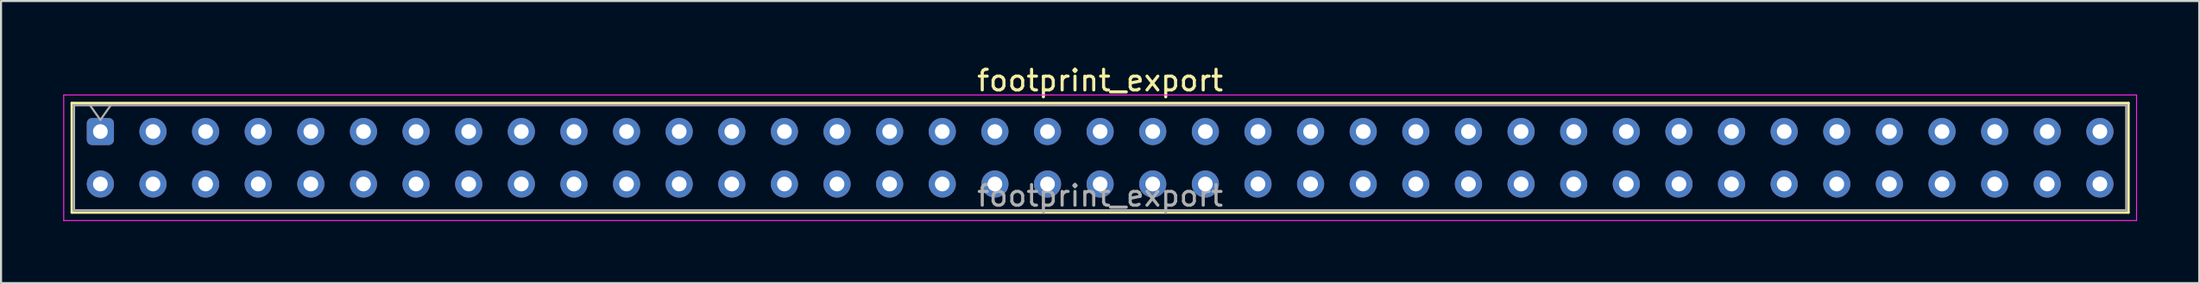
<source format=kicad_pcb>
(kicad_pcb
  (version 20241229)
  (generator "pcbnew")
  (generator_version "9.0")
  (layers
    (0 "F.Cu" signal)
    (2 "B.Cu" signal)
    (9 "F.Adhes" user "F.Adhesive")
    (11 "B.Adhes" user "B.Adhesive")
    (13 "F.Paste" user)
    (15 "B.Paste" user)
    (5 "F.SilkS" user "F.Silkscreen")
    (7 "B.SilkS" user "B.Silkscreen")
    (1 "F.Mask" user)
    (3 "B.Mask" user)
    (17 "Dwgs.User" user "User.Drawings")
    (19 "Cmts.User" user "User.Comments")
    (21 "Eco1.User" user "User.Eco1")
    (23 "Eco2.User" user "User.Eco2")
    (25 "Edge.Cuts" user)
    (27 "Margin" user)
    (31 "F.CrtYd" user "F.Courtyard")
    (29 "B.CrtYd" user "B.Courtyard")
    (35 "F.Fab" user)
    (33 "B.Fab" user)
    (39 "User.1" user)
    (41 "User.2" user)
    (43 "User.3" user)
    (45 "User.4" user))
  (footprint "footprint_export"
    (layer "F.Cu")
    (at 1.795 3.318)
    (property "Reference" "footprint_export" (at 48.26 -2.47 0) (layer "F.SilkS") (effects (font (size 1 1) (thickness 0.15))))
    (attr through_hole)
    (fp_line (start -1.38 -1.38) (end 97.9 -1.38) (stroke (width 0.12) (type solid)) (layer "F.SilkS"))
    (fp_line (start -1.38 3.92) (end -1.38 -1.38) (stroke (width 0.12) (type solid)) (layer "F.SilkS"))
    (fp_line (start 97.9 -1.38) (end 97.9 3.92) (stroke (width 0.12) (type solid)) (layer "F.SilkS"))
    (fp_line (start 97.9 3.92) (end -1.38 3.92) (stroke (width 0.12) (type solid)) (layer "F.SilkS"))
    (fp_line (start -1.77 -1.77) (end 98.29 -1.77) (stroke (width 0.05) (type solid)) (layer "F.CrtYd"))
    (fp_line (start -1.77 4.31) (end -1.77 -1.77) (stroke (width 0.05) (type solid)) (layer "F.CrtYd"))
    (fp_line (start 98.29 -1.77) (end 98.29 4.31) (stroke (width 0.05) (type solid)) (layer "F.CrtYd"))
    (fp_line (start 98.29 4.31) (end -1.77 4.31) (stroke (width 0.05) (type solid)) (layer "F.CrtYd"))
    (fp_line (start -1.27 -1.27) (end 97.79 -1.27) (stroke (width 0.1) (type solid)) (layer "F.Fab"))
    (fp_line (start -1.27 3.81) (end -1.27 -1.27) (stroke (width 0.1) (type solid)) (layer "F.Fab"))
    (fp_line (start -0.5 -1.27) (end 0 -0.563) (stroke (width 0.1) (type solid)) (layer "F.Fab"))
    (fp_line (start 0 -0.563) (end 0.5 -1.27) (stroke (width 0.1) (type solid)) (layer "F.Fab"))
    (fp_line (start 97.79 -1.27) (end 97.79 3.81) (stroke (width 0.1) (type solid)) (layer "F.Fab"))
    (fp_line (start 97.79 3.81) (end -1.27 3.81) (stroke (width 0.1) (type solid)) (layer "F.Fab"))
    (fp_text user "${REFERENCE}" (at 48.26 3.11 0) (layer "F.Fab") (effects (font (size 1 1) (thickness 0.15))))
    (pad "1" thru_hole roundrect (at 0 0) (size 1.31 1.31) (drill 0.71) (layers "*.Cu" "*.Mask") (roundrect_rratio 0.191))
    (pad "2" thru_hole circle (at 0 2.54) (size 1.31 1.31) (drill 0.71) (layers "*.Cu" "*.Mask"))
    (pad "3" thru_hole circle (at 2.54 0) (size 1.31 1.31) (drill 0.71) (layers "*.Cu" "*.Mask"))
    (pad "4" thru_hole circle (at 2.54 2.54) (size 1.31 1.31) (drill 0.71) (layers "*.Cu" "*.Mask"))
    (pad "5" thru_hole circle (at 5.08 0) (size 1.31 1.31) (drill 0.71) (layers "*.Cu" "*.Mask"))
    (pad "6" thru_hole circle (at 5.08 2.54) (size 1.31 1.31) (drill 0.71) (layers "*.Cu" "*.Mask"))
    (pad "7" thru_hole circle (at 7.62 0) (size 1.31 1.31) (drill 0.71) (layers "*.Cu" "*.Mask"))
    (pad "8" thru_hole circle (at 7.62 2.54) (size 1.31 1.31) (drill 0.71) (layers "*.Cu" "*.Mask"))
    (pad "9" thru_hole circle (at 10.16 0) (size 1.31 1.31) (drill 0.71) (layers "*.Cu" "*.Mask"))
    (pad "10" thru_hole circle (at 10.16 2.54) (size 1.31 1.31) (drill 0.71) (layers "*.Cu" "*.Mask"))
    (pad "11" thru_hole circle (at 12.7 0) (size 1.31 1.31) (drill 0.71) (layers "*.Cu" "*.Mask"))
    (pad "12" thru_hole circle (at 12.7 2.54) (size 1.31 1.31) (drill 0.71) (layers "*.Cu" "*.Mask"))
    (pad "13" thru_hole circle (at 15.24 0) (size 1.31 1.31) (drill 0.71) (layers "*.Cu" "*.Mask"))
    (pad "14" thru_hole circle (at 15.24 2.54) (size 1.31 1.31) (drill 0.71) (layers "*.Cu" "*.Mask"))
    (pad "15" thru_hole circle (at 17.78 0) (size 1.31 1.31) (drill 0.71) (layers "*.Cu" "*.Mask"))
    (pad "16" thru_hole circle (at 17.78 2.54) (size 1.31 1.31) (drill 0.71) (layers "*.Cu" "*.Mask"))
    (pad "17" thru_hole circle (at 20.32 0) (size 1.31 1.31) (drill 0.71) (layers "*.Cu" "*.Mask"))
    (pad "18" thru_hole circle (at 20.32 2.54) (size 1.31 1.31) (drill 0.71) (layers "*.Cu" "*.Mask"))
    (pad "19" thru_hole circle (at 22.86 0) (size 1.31 1.31) (drill 0.71) (layers "*.Cu" "*.Mask"))
    (pad "20" thru_hole circle (at 22.86 2.54) (size 1.31 1.31) (drill 0.71) (layers "*.Cu" "*.Mask"))
    (pad "21" thru_hole circle (at 25.4 0) (size 1.31 1.31) (drill 0.71) (layers "*.Cu" "*.Mask"))
    (pad "22" thru_hole circle (at 25.4 2.54) (size 1.31 1.31) (drill 0.71) (layers "*.Cu" "*.Mask"))
    (pad "23" thru_hole circle (at 27.94 0) (size 1.31 1.31) (drill 0.71) (layers "*.Cu" "*.Mask"))
    (pad "24" thru_hole circle (at 27.94 2.54) (size 1.31 1.31) (drill 0.71) (layers "*.Cu" "*.Mask"))
    (pad "25" thru_hole circle (at 30.48 0) (size 1.31 1.31) (drill 0.71) (layers "*.Cu" "*.Mask"))
    (pad "26" thru_hole circle (at 30.48 2.54) (size 1.31 1.31) (drill 0.71) (layers "*.Cu" "*.Mask"))
    (pad "27" thru_hole circle (at 33.02 0) (size 1.31 1.31) (drill 0.71) (layers "*.Cu" "*.Mask"))
    (pad "28" thru_hole circle (at 33.02 2.54) (size 1.31 1.31) (drill 0.71) (layers "*.Cu" "*.Mask"))
    (pad "29" thru_hole circle (at 35.56 0) (size 1.31 1.31) (drill 0.71) (layers "*.Cu" "*.Mask"))
    (pad "30" thru_hole circle (at 35.56 2.54) (size 1.31 1.31) (drill 0.71) (layers "*.Cu" "*.Mask"))
    (pad "31" thru_hole circle (at 38.1 0) (size 1.31 1.31) (drill 0.71) (layers "*.Cu" "*.Mask"))
    (pad "32" thru_hole circle (at 38.1 2.54) (size 1.31 1.31) (drill 0.71) (layers "*.Cu" "*.Mask"))
    (pad "33" thru_hole circle (at 40.64 0) (size 1.31 1.31) (drill 0.71) (layers "*.Cu" "*.Mask"))
    (pad "34" thru_hole circle (at 40.64 2.54) (size 1.31 1.31) (drill 0.71) (layers "*.Cu" "*.Mask"))
    (pad "35" thru_hole circle (at 43.18 0) (size 1.31 1.31) (drill 0.71) (layers "*.Cu" "*.Mask"))
    (pad "36" thru_hole circle (at 43.18 2.54) (size 1.31 1.31) (drill 0.71) (layers "*.Cu" "*.Mask"))
    (pad "37" thru_hole circle (at 45.72 0) (size 1.31 1.31) (drill 0.71) (layers "*.Cu" "*.Mask"))
    (pad "38" thru_hole circle (at 45.72 2.54) (size 1.31 1.31) (drill 0.71) (layers "*.Cu" "*.Mask"))
    (pad "39" thru_hole circle (at 48.26 0) (size 1.31 1.31) (drill 0.71) (layers "*.Cu" "*.Mask"))
    (pad "40" thru_hole circle (at 48.26 2.54) (size 1.31 1.31) (drill 0.71) (layers "*.Cu" "*.Mask"))
    (pad "41" thru_hole circle (at 50.8 0) (size 1.31 1.31) (drill 0.71) (layers "*.Cu" "*.Mask"))
    (pad "42" thru_hole circle (at 50.8 2.54) (size 1.31 1.31) (drill 0.71) (layers "*.Cu" "*.Mask"))
    (pad "43" thru_hole circle (at 53.34 0) (size 1.31 1.31) (drill 0.71) (layers "*.Cu" "*.Mask"))
    (pad "44" thru_hole circle (at 53.34 2.54) (size 1.31 1.31) (drill 0.71) (layers "*.Cu" "*.Mask"))
    (pad "45" thru_hole circle (at 55.88 0) (size 1.31 1.31) (drill 0.71) (layers "*.Cu" "*.Mask"))
    (pad "46" thru_hole circle (at 55.88 2.54) (size 1.31 1.31) (drill 0.71) (layers "*.Cu" "*.Mask"))
    (pad "47" thru_hole circle (at 58.42 0) (size 1.31 1.31) (drill 0.71) (layers "*.Cu" "*.Mask"))
    (pad "48" thru_hole circle (at 58.42 2.54) (size 1.31 1.31) (drill 0.71) (layers "*.Cu" "*.Mask"))
    (pad "49" thru_hole circle (at 60.96 0) (size 1.31 1.31) (drill 0.71) (layers "*.Cu" "*.Mask"))
    (pad "50" thru_hole circle (at 60.96 2.54) (size 1.31 1.31) (drill 0.71) (layers "*.Cu" "*.Mask"))
    (pad "51" thru_hole circle (at 63.5 0) (size 1.31 1.31) (drill 0.71) (layers "*.Cu" "*.Mask"))
    (pad "52" thru_hole circle (at 63.5 2.54) (size 1.31 1.31) (drill 0.71) (layers "*.Cu" "*.Mask"))
    (pad "53" thru_hole circle (at 66.04 0) (size 1.31 1.31) (drill 0.71) (layers "*.Cu" "*.Mask"))
    (pad "54" thru_hole circle (at 66.04 2.54) (size 1.31 1.31) (drill 0.71) (layers "*.Cu" "*.Mask"))
    (pad "55" thru_hole circle (at 68.58 0) (size 1.31 1.31) (drill 0.71) (layers "*.Cu" "*.Mask"))
    (pad "56" thru_hole circle (at 68.58 2.54) (size 1.31 1.31) (drill 0.71) (layers "*.Cu" "*.Mask"))
    (pad "57" thru_hole circle (at 71.12 0) (size 1.31 1.31) (drill 0.71) (layers "*.Cu" "*.Mask"))
    (pad "58" thru_hole circle (at 71.12 2.54) (size 1.31 1.31) (drill 0.71) (layers "*.Cu" "*.Mask"))
    (pad "59" thru_hole circle (at 73.66 0) (size 1.31 1.31) (drill 0.71) (layers "*.Cu" "*.Mask"))
    (pad "60" thru_hole circle (at 73.66 2.54) (size 1.31 1.31) (drill 0.71) (layers "*.Cu" "*.Mask"))
    (pad "61" thru_hole circle (at 76.2 0) (size 1.31 1.31) (drill 0.71) (layers "*.Cu" "*.Mask"))
    (pad "62" thru_hole circle (at 76.2 2.54) (size 1.31 1.31) (drill 0.71) (layers "*.Cu" "*.Mask"))
    (pad "63" thru_hole circle (at 78.74 0) (size 1.31 1.31) (drill 0.71) (layers "*.Cu" "*.Mask"))
    (pad "64" thru_hole circle (at 78.74 2.54) (size 1.31 1.31) (drill 0.71) (layers "*.Cu" "*.Mask"))
    (pad "65" thru_hole circle (at 81.28 0) (size 1.31 1.31) (drill 0.71) (layers "*.Cu" "*.Mask"))
    (pad "66" thru_hole circle (at 81.28 2.54) (size 1.31 1.31) (drill 0.71) (layers "*.Cu" "*.Mask"))
    (pad "67" thru_hole circle (at 83.82 0) (size 1.31 1.31) (drill 0.71) (layers "*.Cu" "*.Mask"))
    (pad "68" thru_hole circle (at 83.82 2.54) (size 1.31 1.31) (drill 0.71) (layers "*.Cu" "*.Mask"))
    (pad "69" thru_hole circle (at 86.36 0) (size 1.31 1.31) (drill 0.71) (layers "*.Cu" "*.Mask"))
    (pad "70" thru_hole circle (at 86.36 2.54) (size 1.31 1.31) (drill 0.71) (layers "*.Cu" "*.Mask"))
    (pad "71" thru_hole circle (at 88.9 0) (size 1.31 1.31) (drill 0.71) (layers "*.Cu" "*.Mask"))
    (pad "72" thru_hole circle (at 88.9 2.54) (size 1.31 1.31) (drill 0.71) (layers "*.Cu" "*.Mask"))
    (pad "73" thru_hole circle (at 91.44 0) (size 1.31 1.31) (drill 0.71) (layers "*.Cu" "*.Mask"))
    (pad "74" thru_hole circle (at 91.44 2.54) (size 1.31 1.31) (drill 0.71) (layers "*.Cu" "*.Mask"))
    (pad "75" thru_hole circle (at 93.98 0) (size 1.31 1.31) (drill 0.71) (layers "*.Cu" "*.Mask"))
    (pad "76" thru_hole circle (at 93.98 2.54) (size 1.31 1.31) (drill 0.71) (layers "*.Cu" "*.Mask"))
    (pad "77" thru_hole circle (at 96.52 0) (size 1.31 1.31) (drill 0.71) (layers "*.Cu" "*.Mask"))
    (pad "78" thru_hole circle (at 96.52 2.54) (size 1.31 1.31) (drill 0.71) (layers "*.Cu" "*.Mask")))
  (gr_rect
    (start -3 -3)
    (end 103.11 10.653)
    (stroke (width 0.1) (type default))
    (fill no)
    (layer "Edge.Cuts")))
</source>
